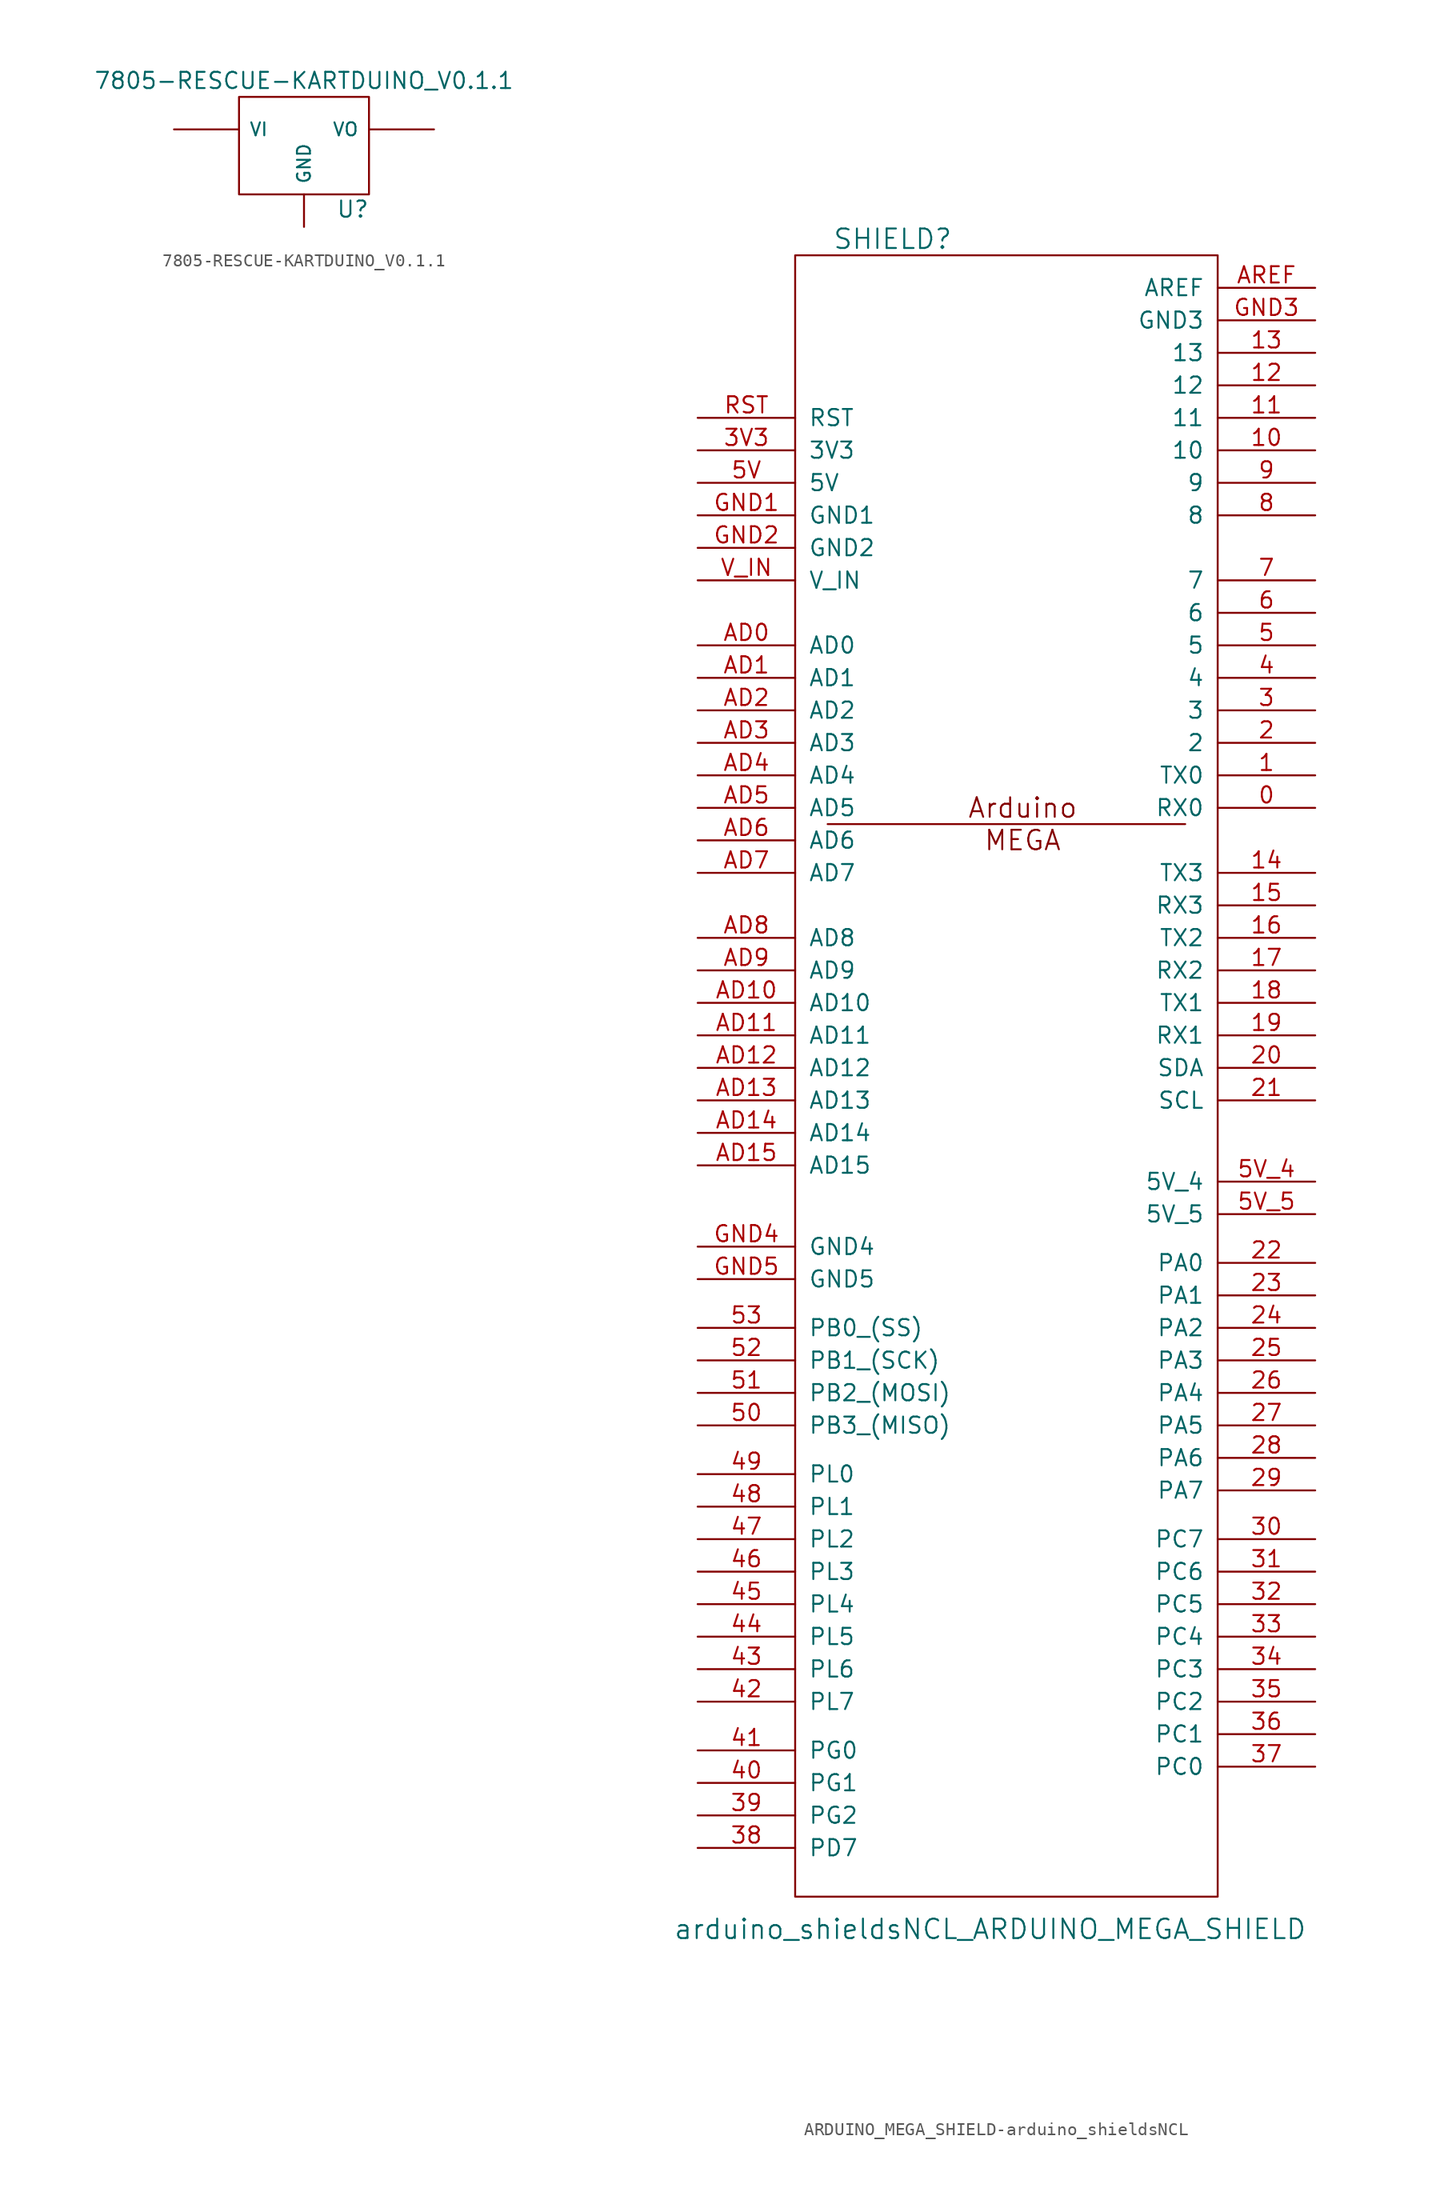
<source format=kicad_sym>
(kicad_symbol_lib
  (version 20231120)
  (generator "kicad_symbol_editor")
  (generator_version "8.0")
  (symbol "7805-RESCUE-KARTDUINO_V0.1.1"
    (pin_numbers hide)
    (pin_names
      (offset 0.762))
    (property "Reference" "U"
      (at 3.81 -4.978 0)
      (effects (font (size 1.27 1.27))))
    (property "Value" "7805-RESCUE-KARTDUINO_V0.1.1"
      (at 0 5.08 0)
      (effects (font (size 1.27 1.27))))
    (property "Footprint" ""
      (at 0 0 0)
      (effects (font (size 1.27 1.27))))
    (property "Datasheet" ""
      (at 0 0 0)
      (effects (font (size 1.27 1.27))))
    (symbol "7805-RESCUE-KARTDUINO_V0.1.1_0_1"
      (rectangle (start -5.08 -3.81) (end 5.08 3.81) (stroke (width 0) (type solid)) (fill (type none))))
    (symbol "7805-RESCUE-KARTDUINO_V0.1.1_1_1"
      (pin input line (at -10.16 1.27 0) (length 5.08) (name "VI" (effects (font (size 1.016 1.016)))) (number "1" (effects (font (size 1.016 1.016)))))
      (pin input line (at 0 -6.35 90) (length 2.54) (name "GND" (effects (font (size 1.016 1.016)))) (number "2" (effects (font (size 1.016 1.016)))))
      (pin power_out line (at 10.16 1.27 180) (length 5.08) (name "VO" (effects (font (size 1.016 1.016)))) (number "3" (effects (font (size 1.016 1.016)))))))
  (symbol "ARDUINO_MEGA_SHIELD-arduino_shieldsNCL"
    (pin_names
      (offset 1.016))
    (property "Reference" "SHIELD"
      (at -10.16 63.5 0)
      (effects (font (size 1.524 1.524))))
    (property "Value" "arduino_shieldsNCL_ARDUINO_MEGA_SHIELD"
      (at -2.54 -68.58 0)
      (effects (font (size 1.524 1.524))))
    (symbol "ARDUINO_MEGA_SHIELD-arduino_shieldsNCL_0_0"
      (text "Arduino" (at 0 19.05 0) (effects (font (size 1.524 1.524))))
      (text "MEGA" (at 0 16.51 0) (effects (font (size 1.524 1.524)))))
    (symbol "ARDUINO_MEGA_SHIELD-arduino_shieldsNCL_0_1"
      (rectangle (start -17.78 -66.04) (end 15.24 62.23) (stroke (width 0) (type solid)) (fill (type none)))
      (polyline (pts (xy -15.24 17.78) (xy 12.7 17.78) (xy 12.7 17.78)) (stroke (width 0) (type solid)) (fill (type none))))
    (symbol "ARDUINO_MEGA_SHIELD-arduino_shieldsNCL_1_1"
      (pin bidirectional line (at 22.86 19.05 180) (length 7.62) (name "RX0" (effects (font (size 1.27 1.27)))) (number "0" (effects (font (size 1.27 1.27)))))
      (pin bidirectional line (at 22.86 21.59 180) (length 7.62) (name "TX0" (effects (font (size 1.27 1.27)))) (number "1" (effects (font (size 1.27 1.27)))))
      (pin bidirectional line (at 22.86 46.99 180) (length 7.62) (name "10" (effects (font (size 1.27 1.27)))) (number "10" (effects (font (size 1.27 1.27)))))
      (pin bidirectional line (at 22.86 49.53 180) (length 7.62) (name "11" (effects (font (size 1.27 1.27)))) (number "11" (effects (font (size 1.27 1.27)))))
      (pin bidirectional line (at 22.86 52.07 180) (length 7.62) (name "12" (effects (font (size 1.27 1.27)))) (number "12" (effects (font (size 1.27 1.27)))))
      (pin bidirectional line (at 22.86 54.61 180) (length 7.62) (name "13" (effects (font (size 1.27 1.27)))) (number "13" (effects (font (size 1.27 1.27)))))
      (pin bidirectional line (at 22.86 13.97 180) (length 7.62) (name "TX3" (effects (font (size 1.27 1.27)))) (number "14" (effects (font (size 1.27 1.27)))))
      (pin bidirectional line (at 22.86 11.43 180) (length 7.62) (name "RX3" (effects (font (size 1.27 1.27)))) (number "15" (effects (font (size 1.27 1.27)))))
      (pin bidirectional line (at 22.86 8.89 180) (length 7.62) (name "TX2" (effects (font (size 1.27 1.27)))) (number "16" (effects (font (size 1.27 1.27)))))
      (pin bidirectional line (at 22.86 6.35 180) (length 7.62) (name "RX2" (effects (font (size 1.27 1.27)))) (number "17" (effects (font (size 1.27 1.27)))))
      (pin bidirectional line (at 22.86 3.81 180) (length 7.62) (name "TX1" (effects (font (size 1.27 1.27)))) (number "18" (effects (font (size 1.27 1.27)))))
      (pin bidirectional line (at 22.86 1.27 180) (length 7.62) (name "RX1" (effects (font (size 1.27 1.27)))) (number "19" (effects (font (size 1.27 1.27)))))
      (pin bidirectional line (at 22.86 24.13 180) (length 7.62) (name "2" (effects (font (size 1.27 1.27)))) (number "2" (effects (font (size 1.27 1.27)))))
      (pin bidirectional line (at 22.86 -1.27 180) (length 7.62) (name "SDA" (effects (font (size 1.27 1.27)))) (number "20" (effects (font (size 1.27 1.27)))))
      (pin bidirectional line (at 22.86 -3.81 180) (length 7.62) (name "SCL" (effects (font (size 1.27 1.27)))) (number "21" (effects (font (size 1.27 1.27)))))
      (pin bidirectional line (at 22.86 -16.51 180) (length 7.62) (name "PA0" (effects (font (size 1.27 1.27)))) (number "22" (effects (font (size 1.27 1.27)))))
      (pin bidirectional line (at 22.86 -19.05 180) (length 7.62) (name "PA1" (effects (font (size 1.27 1.27)))) (number "23" (effects (font (size 1.27 1.27)))))
      (pin bidirectional line (at 22.86 -21.59 180) (length 7.62) (name "PA2" (effects (font (size 1.27 1.27)))) (number "24" (effects (font (size 1.27 1.27)))))
      (pin bidirectional line (at 22.86 -24.13 180) (length 7.62) (name "PA3" (effects (font (size 1.27 1.27)))) (number "25" (effects (font (size 1.27 1.27)))))
      (pin bidirectional line (at 22.86 -26.67 180) (length 7.62) (name "PA4" (effects (font (size 1.27 1.27)))) (number "26" (effects (font (size 1.27 1.27)))))
      (pin bidirectional line (at 22.86 -29.21 180) (length 7.62) (name "PA5" (effects (font (size 1.27 1.27)))) (number "27" (effects (font (size 1.27 1.27)))))
      (pin bidirectional line (at 22.86 -31.75 180) (length 7.62) (name "PA6" (effects (font (size 1.27 1.27)))) (number "28" (effects (font (size 1.27 1.27)))))
      (pin bidirectional line (at 22.86 -34.29 180) (length 7.62) (name "PA7" (effects (font (size 1.27 1.27)))) (number "29" (effects (font (size 1.27 1.27)))))
      (pin bidirectional line (at 22.86 26.67 180) (length 7.62) (name "3" (effects (font (size 1.27 1.27)))) (number "3" (effects (font (size 1.27 1.27)))))
      (pin bidirectional line (at 22.86 -38.1 180) (length 7.62) (name "PC7" (effects (font (size 1.27 1.27)))) (number "30" (effects (font (size 1.27 1.27)))))
      (pin bidirectional line (at 22.86 -40.64 180) (length 7.62) (name "PC6" (effects (font (size 1.27 1.27)))) (number "31" (effects (font (size 1.27 1.27)))))
      (pin bidirectional line (at 22.86 -43.18 180) (length 7.62) (name "PC5" (effects (font (size 1.27 1.27)))) (number "32" (effects (font (size 1.27 1.27)))))
      (pin bidirectional line (at 22.86 -45.72 180) (length 7.62) (name "PC4" (effects (font (size 1.27 1.27)))) (number "33" (effects (font (size 1.27 1.27)))))
      (pin bidirectional line (at 22.86 -48.26 180) (length 7.62) (name "PC3" (effects (font (size 1.27 1.27)))) (number "34" (effects (font (size 1.27 1.27)))))
      (pin bidirectional line (at 22.86 -50.8 180) (length 7.62) (name "PC2" (effects (font (size 1.27 1.27)))) (number "35" (effects (font (size 1.27 1.27)))))
      (pin bidirectional line (at 22.86 -53.34 180) (length 7.62) (name "PC1" (effects (font (size 1.27 1.27)))) (number "36" (effects (font (size 1.27 1.27)))))
      (pin bidirectional line (at 22.86 -55.88 180) (length 7.62) (name "PC0" (effects (font (size 1.27 1.27)))) (number "37" (effects (font (size 1.27 1.27)))))
      (pin bidirectional line (at -25.4 -62.23 0) (length 7.62) (name "PD7" (effects (font (size 1.27 1.27)))) (number "38" (effects (font (size 1.27 1.27)))))
      (pin bidirectional line (at -25.4 -59.69 0) (length 7.62) (name "PG2" (effects (font (size 1.27 1.27)))) (number "39" (effects (font (size 1.27 1.27)))))
      (pin power_in line (at -25.4 46.99 0) (length 7.62) (name "3V3" (effects (font (size 1.27 1.27)))) (number "3V3" (effects (font (size 1.27 1.27)))))
      (pin bidirectional line (at 22.86 29.21 180) (length 7.62) (name "4" (effects (font (size 1.27 1.27)))) (number "4" (effects (font (size 1.27 1.27)))))
      (pin bidirectional line (at -25.4 -57.15 0) (length 7.62) (name "PG1" (effects (font (size 1.27 1.27)))) (number "40" (effects (font (size 1.27 1.27)))))
      (pin bidirectional line (at -25.4 -54.61 0) (length 7.62) (name "PG0" (effects (font (size 1.27 1.27)))) (number "41" (effects (font (size 1.27 1.27)))))
      (pin bidirectional line (at -25.4 -50.8 0) (length 7.62) (name "PL7" (effects (font (size 1.27 1.27)))) (number "42" (effects (font (size 1.27 1.27)))))
      (pin bidirectional line (at -25.4 -48.26 0) (length 7.62) (name "PL6" (effects (font (size 1.27 1.27)))) (number "43" (effects (font (size 1.27 1.27)))))
      (pin bidirectional line (at -25.4 -45.72 0) (length 7.62) (name "PL5" (effects (font (size 1.27 1.27)))) (number "44" (effects (font (size 1.27 1.27)))))
      (pin bidirectional line (at -25.4 -43.18 0) (length 7.62) (name "PL4" (effects (font (size 1.27 1.27)))) (number "45" (effects (font (size 1.27 1.27)))))
      (pin bidirectional line (at -25.4 -40.64 0) (length 7.62) (name "PL3" (effects (font (size 1.27 1.27)))) (number "46" (effects (font (size 1.27 1.27)))))
      (pin bidirectional line (at -25.4 -38.1 0) (length 7.62) (name "PL2" (effects (font (size 1.27 1.27)))) (number "47" (effects (font (size 1.27 1.27)))))
      (pin bidirectional line (at -25.4 -35.56 0) (length 7.62) (name "PL1" (effects (font (size 1.27 1.27)))) (number "48" (effects (font (size 1.27 1.27)))))
      (pin bidirectional line (at -25.4 -33.02 0) (length 7.62) (name "PL0" (effects (font (size 1.27 1.27)))) (number "49" (effects (font (size 1.27 1.27)))))
      (pin bidirectional line (at 22.86 31.75 180) (length 7.62) (name "5" (effects (font (size 1.27 1.27)))) (number "5" (effects (font (size 1.27 1.27)))))
      (pin bidirectional line (at -25.4 -29.21 0) (length 7.62) (name "PB3_(MISO)" (effects (font (size 1.27 1.27)))) (number "50" (effects (font (size 1.27 1.27)))))
      (pin bidirectional line (at -25.4 -26.67 0) (length 7.62) (name "PB2_(MOSI)" (effects (font (size 1.27 1.27)))) (number "51" (effects (font (size 1.27 1.27)))))
      (pin bidirectional line (at -25.4 -24.13 0) (length 7.62) (name "PB1_(SCK)" (effects (font (size 1.27 1.27)))) (number "52" (effects (font (size 1.27 1.27)))))
      (pin bidirectional line (at -25.4 -21.59 0) (length 7.62) (name "PB0_(SS)" (effects (font (size 1.27 1.27)))) (number "53" (effects (font (size 1.27 1.27)))))
      (pin power_in line (at -25.4 44.45 0) (length 7.62) (name "5V" (effects (font (size 1.27 1.27)))) (number "5V" (effects (font (size 1.27 1.27)))))
      (pin power_in line (at 22.86 -10.16 180) (length 7.62) (name "5V_4" (effects (font (size 1.27 1.27)))) (number "5V_4" (effects (font (size 1.27 1.27)))))
      (pin power_in line (at 22.86 -12.7 180) (length 7.62) (name "5V_5" (effects (font (size 1.27 1.27)))) (number "5V_5" (effects (font (size 1.27 1.27)))))
      (pin bidirectional line (at 22.86 34.29 180) (length 7.62) (name "6" (effects (font (size 1.27 1.27)))) (number "6" (effects (font (size 1.27 1.27)))))
      (pin bidirectional line (at 22.86 36.83 180) (length 7.62) (name "7" (effects (font (size 1.27 1.27)))) (number "7" (effects (font (size 1.27 1.27)))))
      (pin bidirectional line (at 22.86 41.91 180) (length 7.62) (name "8" (effects (font (size 1.27 1.27)))) (number "8" (effects (font (size 1.27 1.27)))))
      (pin bidirectional line (at 22.86 44.45 180) (length 7.62) (name "9" (effects (font (size 1.27 1.27)))) (number "9" (effects (font (size 1.27 1.27)))))
      (pin bidirectional line (at -25.4 31.75 0) (length 7.62) (name "AD0" (effects (font (size 1.27 1.27)))) (number "AD0" (effects (font (size 1.27 1.27)))))
      (pin bidirectional line (at -25.4 29.21 0) (length 7.62) (name "AD1" (effects (font (size 1.27 1.27)))) (number "AD1" (effects (font (size 1.27 1.27)))))
      (pin bidirectional line (at -25.4 3.81 0) (length 7.62) (name "AD10" (effects (font (size 1.27 1.27)))) (number "AD10" (effects (font (size 1.27 1.27)))))
      (pin bidirectional line (at -25.4 1.27 0) (length 7.62) (name "AD11" (effects (font (size 1.27 1.27)))) (number "AD11" (effects (font (size 1.27 1.27)))))
      (pin bidirectional line (at -25.4 -1.27 0) (length 7.62) (name "AD12" (effects (font (size 1.27 1.27)))) (number "AD12" (effects (font (size 1.27 1.27)))))
      (pin bidirectional line (at -25.4 -3.81 0) (length 7.62) (name "AD13" (effects (font (size 1.27 1.27)))) (number "AD13" (effects (font (size 1.27 1.27)))))
      (pin bidirectional line (at -25.4 -6.35 0) (length 7.62) (name "AD14" (effects (font (size 1.27 1.27)))) (number "AD14" (effects (font (size 1.27 1.27)))))
      (pin bidirectional line (at -25.4 -8.89 0) (length 7.62) (name "AD15" (effects (font (size 1.27 1.27)))) (number "AD15" (effects (font (size 1.27 1.27)))))
      (pin bidirectional line (at -25.4 26.67 0) (length 7.62) (name "AD2" (effects (font (size 1.27 1.27)))) (number "AD2" (effects (font (size 1.27 1.27)))))
      (pin bidirectional line (at -25.4 24.13 0) (length 7.62) (name "AD3" (effects (font (size 1.27 1.27)))) (number "AD3" (effects (font (size 1.27 1.27)))))
      (pin bidirectional line (at -25.4 21.59 0) (length 7.62) (name "AD4" (effects (font (size 1.27 1.27)))) (number "AD4" (effects (font (size 1.27 1.27)))))
      (pin bidirectional line (at -25.4 19.05 0) (length 7.62) (name "AD5" (effects (font (size 1.27 1.27)))) (number "AD5" (effects (font (size 1.27 1.27)))))
      (pin bidirectional line (at -25.4 16.51 0) (length 7.62) (name "AD6" (effects (font (size 1.27 1.27)))) (number "AD6" (effects (font (size 1.27 1.27)))))
      (pin bidirectional line (at -25.4 13.97 0) (length 7.62) (name "AD7" (effects (font (size 1.27 1.27)))) (number "AD7" (effects (font (size 1.27 1.27)))))
      (pin bidirectional line (at -25.4 8.89 0) (length 7.62) (name "AD8" (effects (font (size 1.27 1.27)))) (number "AD8" (effects (font (size 1.27 1.27)))))
      (pin bidirectional line (at -25.4 6.35 0) (length 7.62) (name "AD9" (effects (font (size 1.27 1.27)))) (number "AD9" (effects (font (size 1.27 1.27)))))
      (pin power_in line (at 22.86 59.69 180) (length 7.62) (name "AREF" (effects (font (size 1.27 1.27)))) (number "AREF" (effects (font (size 1.27 1.27)))))
      (pin power_in line (at -25.4 41.91 0) (length 7.62) (name "GND1" (effects (font (size 1.27 1.27)))) (number "GND1" (effects (font (size 1.27 1.27)))))
      (pin power_in line (at -25.4 39.37 0) (length 7.62) (name "GND2" (effects (font (size 1.27 1.27)))) (number "GND2" (effects (font (size 1.27 1.27)))))
      (pin power_in line (at 22.86 57.15 180) (length 7.62) (name "GND3" (effects (font (size 1.27 1.27)))) (number "GND3" (effects (font (size 1.27 1.27)))))
      (pin power_in line (at -25.4 -15.24 0) (length 7.62) (name "GND4" (effects (font (size 1.27 1.27)))) (number "GND4" (effects (font (size 1.27 1.27)))))
      (pin power_in line (at -25.4 -17.78 0) (length 7.62) (name "GND5" (effects (font (size 1.27 1.27)))) (number "GND5" (effects (font (size 1.27 1.27)))))
      (pin input line (at -25.4 49.53 0) (length 7.62) (name "RST" (effects (font (size 1.27 1.27)))) (number "RST" (effects (font (size 1.27 1.27)))))
      (pin power_in line (at -25.4 36.83 0) (length 7.62) (name "V_IN" (effects (font (size 1.27 1.27)))) (number "V_IN" (effects (font (size 1.27 1.27))))))))
</source>
